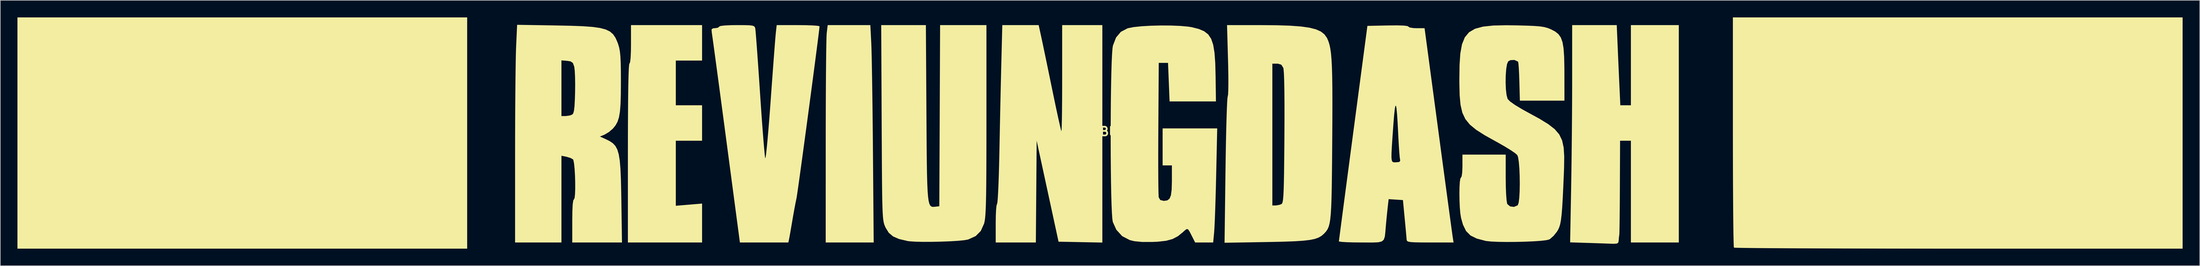
<source format=kicad_pcb>
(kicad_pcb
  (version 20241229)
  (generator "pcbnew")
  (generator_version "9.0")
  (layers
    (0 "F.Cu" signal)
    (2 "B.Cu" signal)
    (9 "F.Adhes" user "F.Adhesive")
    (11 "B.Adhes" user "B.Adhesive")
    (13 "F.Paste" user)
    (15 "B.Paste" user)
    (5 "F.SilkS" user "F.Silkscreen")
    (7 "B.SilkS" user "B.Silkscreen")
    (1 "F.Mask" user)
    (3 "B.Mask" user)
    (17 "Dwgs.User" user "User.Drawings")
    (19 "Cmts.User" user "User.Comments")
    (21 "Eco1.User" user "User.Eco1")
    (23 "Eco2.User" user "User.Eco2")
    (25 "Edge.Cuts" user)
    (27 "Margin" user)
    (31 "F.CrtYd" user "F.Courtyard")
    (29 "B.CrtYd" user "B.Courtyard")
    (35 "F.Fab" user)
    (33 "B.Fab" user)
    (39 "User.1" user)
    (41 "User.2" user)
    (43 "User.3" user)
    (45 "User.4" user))
  (footprint "Logo_Black"
    (layer "F.Cu")
    (at 189.149 19.996)
    (property "Reference" "Logo_Black" (at 0 0 0) (layer "F.SilkS") (effects (font (size 1.524 1.524) (thickness 0.3))))
    (attr board_only exclude_from_pos_files exclude_from_bom)
    (fp_poly (pts (xy -110.517 20.536) (xy -189.149 20.536) (xy -189.149 -19.996) (xy -110.517 -19.996)) (stroke (width 0) (type solid)) (fill yes) (layer "F.SilkS"))
    (fp_poly (pts (xy -39.861 -15.47) (xy -39.828 -14.608) (xy -39.793 -13.266) (xy -39.757 -11.505) (xy -39.72 -9.386) (xy -39.684 -6.969) (xy -39.648 -4.314) (xy -39.616 -1.483) (xy -39.586 1.464) (xy -39.568 3.58) (xy -39.439 19.455) (xy -47.828 19.455) (xy -47.825 1.824) (xy -47.822 -1.257) (xy -47.814 -4.209) (xy -47.802 -6.985) (xy -47.786 -9.533) (xy -47.766 -11.804) (xy -47.744 -13.749) (xy -47.718 -15.317) (xy -47.691 -16.459) (xy -47.662 -17.126) (xy -47.653 -17.226) (xy -47.482 -18.645) (xy -40.024 -18.645)) (stroke (width 0) (type solid)) (fill yes) (layer "F.SilkS"))
    (fp_poly (pts (xy -69.445 -12.43) (xy -74.038 -12.43) (xy -74.038 -4.594) (xy -69.445 -4.594) (xy -69.445 1.621) (xy -74.038 1.621) (xy -74.038 13.019) (xy -71.741 12.827) (xy -69.445 12.636) (xy -69.445 19.455) (xy -82.415 19.455) (xy -82.415 3.783) (xy -82.41 0.051) (xy -82.396 -3.188) (xy -82.374 -5.927) (xy -82.342 -8.158) (xy -82.301 -9.876) (xy -82.252 -11.071) (xy -82.194 -11.739) (xy -82.145 -11.889) (xy -82.028 -12.15) (xy -81.941 -12.891) (xy -81.888 -14.055) (xy -81.874 -15.267) (xy -81.874 -18.645) (xy -69.445 -18.645)) (stroke (width 0) (type solid)) (fill yes) (layer "F.SilkS"))
    (fp_poly (pts (xy 189.419 20.536) (xy 150.283 20.536) (xy 145.727 20.535) (xy 141.318 20.531) (xy 137.088 20.526) (xy 133.066 20.518) (xy 129.283 20.508) (xy 125.769 20.496) (xy 122.554 20.483) (xy 119.668 20.468) (xy 117.142 20.452) (xy 115.007 20.435) (xy 113.291 20.416) (xy 112.025 20.397) (xy 111.241 20.376) (xy 110.967 20.356) (xy 110.938 20.063) (xy 110.911 19.272) (xy 110.885 18.026) (xy 110.861 16.367) (xy 110.84 14.337) (xy 110.822 11.979) (xy 110.807 9.335) (xy 110.797 6.448) (xy 110.79 3.361) (xy 110.787 0.115) (xy 110.787 -19.996) (xy 189.419 -19.996)) (stroke (width 0) (type solid)) (fill yes) (layer "F.SilkS"))
    (fp_poly (pts (xy 90.633 -15.064) (xy 90.71 -13.282) (xy 90.799 -11.271) (xy 90.887 -9.31) (xy 90.946 -8.039) (xy 91.106 -4.594) (xy 92.953 -4.594) (xy 92.953 -18.645) (xy 101.33 -18.645) (xy 101.33 19.455) (xy 92.953 19.455) (xy 92.953 1.621) (xy 91.062 1.621) (xy 91.028 9.728) (xy 91.017 11.774) (xy 91.003 13.649) (xy 90.987 15.283) (xy 90.969 16.607) (xy 90.951 17.552) (xy 90.933 18.049) (xy 90.927 18.104) (xy 90.861 18.567) (xy 90.825 19.05) (xy 90.766 19.442) (xy 90.548 19.634) (xy 90.033 19.686) (xy 89.373 19.669) (xy 88.474 19.635) (xy 87.236 19.592) (xy 85.861 19.546) (xy 85.142 19.524) (xy 82.329 19.435) (xy 82.506 9.92) (xy 82.552 7.1) (xy 82.594 3.916) (xy 82.63 0.547) (xy 82.658 -2.831) (xy 82.677 -6.038) (xy 82.684 -8.899) (xy 82.684 -9.12) (xy 82.685 -18.645) (xy 90.479 -18.645)) (stroke (width 0) (type solid)) (fill yes) (layer "F.SilkS"))
    (fp_poly (pts (xy -10.164 -16.686) (xy -9.994 -15.889) (xy -9.735 -14.657) (xy -9.407 -13.084) (xy -9.03 -11.264) (xy -8.623 -9.291) (xy -8.246 -7.454) (xy -7.851 -5.544) (xy -7.486 -3.813) (xy -7.165 -2.328) (xy -6.904 -1.16) (xy -6.719 -0.377) (xy -6.624 -0.05) (xy -6.621 -0.045) (xy -6.589 -0.273) (xy -6.56 -0.981) (xy -6.534 -2.108) (xy -6.513 -3.595) (xy -6.498 -5.382) (xy -6.488 -7.408) (xy -6.485 -9.277) (xy -6.485 -18.645) (xy 0.54 -18.645) (xy 0.54 19.47) (xy -7.117 19.32) (xy -10.944 1.615) (xy -11.086 19.455) (xy -18.104 19.455) (xy -18.104 16.078) (xy -18.087 14.798) (xy -18.039 13.741) (xy -17.967 13.009) (xy -17.879 12.703) (xy -17.869 12.7) (xy -17.809 12.44) (xy -17.744 11.702) (xy -17.677 10.548) (xy -17.612 9.041) (xy -17.551 7.242) (xy -17.496 5.215) (xy -17.461 3.58) (xy -17.411 1.012) (xy -17.355 -1.736) (xy -17.295 -4.526) (xy -17.236 -7.218) (xy -17.179 -9.673) (xy -17.129 -11.754) (xy -17.12 -12.092) (xy -16.952 -18.645) (xy -10.593 -18.645)) (stroke (width 0) (type solid)) (fill yes) (layer "F.SilkS"))
    (fp_poly (pts (xy -30.219 -3.31) (xy -30.197 0.102) (xy -30.176 3.012) (xy -30.15 5.461) (xy -30.116 7.487) (xy -30.072 9.131) (xy -30.012 10.431) (xy -29.934 11.426) (xy -29.834 12.156) (xy -29.707 12.661) (xy -29.552 12.979) (xy -29.363 13.15) (xy -29.137 13.213) (xy -28.872 13.208) (xy -28.692 13.189) (xy -27.967 13.105) (xy -27.897 -2.77) (xy -27.828 -18.645) (xy -19.726 -18.645) (xy -19.726 -1.941) (xy -19.727 1.57) (xy -19.733 4.582) (xy -19.743 7.137) (xy -19.759 9.275) (xy -19.782 11.038) (xy -19.813 12.468) (xy -19.852 13.605) (xy -19.9 14.492) (xy -19.959 15.17) (xy -20.03 15.68) (xy -20.113 16.064) (xy -20.137 16.149) (xy -20.715 17.438) (xy -21.607 18.334) (xy -22.905 18.926) (xy -22.932 18.934) (xy -23.616 19.058) (xy -24.718 19.164) (xy -26.112 19.249) (xy -27.677 19.31) (xy -29.289 19.343) (xy -30.824 19.347) (xy -32.158 19.316) (xy -33.17 19.249) (xy -33.506 19.202) (xy -34.994 18.851) (xy -36.055 18.391) (xy -36.804 17.752) (xy -37.352 16.865) (xy -37.368 16.83) (xy -37.489 16.56) (xy -37.592 16.285) (xy -37.68 15.963) (xy -37.754 15.551) (xy -37.815 15.008) (xy -37.864 14.29) (xy -37.905 13.357) (xy -37.937 12.165) (xy -37.963 10.673) (xy -37.984 8.838) (xy -38.001 6.618) (xy -38.017 3.97) (xy -38.033 0.853) (xy -38.044 -1.554) (xy -38.123 -18.645) (xy -30.313 -18.645)) (stroke (width 0) (type solid)) (fill yes) (layer "F.SilkS"))
    (fp_poly (pts (xy 28.262 -18.643) (xy 31.066 -18.619) (xy 33.382 -18.543) (xy 35.259 -18.405) (xy 36.746 -18.194) (xy 37.894 -17.9) (xy 38.753 -17.513) (xy 39.371 -17.024) (xy 39.8 -16.422) (xy 39.862 -16.297) (xy 40.074 -15.793) (xy 40.253 -15.215) (xy 40.4 -14.518) (xy 40.52 -13.656) (xy 40.612 -12.583) (xy 40.681 -11.254) (xy 40.728 -9.623) (xy 40.755 -7.645) (xy 40.764 -5.274) (xy 40.759 -2.463) (xy 40.74 0.831) (xy 40.734 1.656) (xy 40.709 4.878) (xy 40.682 7.606) (xy 40.65 9.885) (xy 40.608 11.762) (xy 40.552 13.282) (xy 40.477 14.491) (xy 40.381 15.435) (xy 40.258 16.16) (xy 40.104 16.713) (xy 39.916 17.138) (xy 39.688 17.482) (xy 39.418 17.79) (xy 39.262 17.95) (xy 38.842 18.311) (xy 38.34 18.601) (xy 37.693 18.831) (xy 36.838 19.007) (xy 35.715 19.14) (xy 34.261 19.238) (xy 32.413 19.31) (xy 30.111 19.364) (xy 29.126 19.381) (xy 21.908 19.501) (xy 21.992 12.97) (xy 30.264 12.97) (xy 30.872 12.966) (xy 31.55 12.851) (xy 31.885 12.706) (xy 31.986 12.581) (xy 32.07 12.314) (xy 32.14 11.858) (xy 32.197 11.166) (xy 32.243 10.191) (xy 32.28 8.887) (xy 32.311 7.207) (xy 32.337 5.104) (xy 32.36 2.531) (xy 32.371 1.009) (xy 32.387 -2.143) (xy 32.385 -4.855) (xy 32.368 -7.112) (xy 32.334 -8.893) (xy 32.284 -10.18) (xy 32.219 -10.957) (xy 32.175 -11.161) (xy 31.828 -11.709) (xy 31.236 -11.886) (xy 31.081 -11.889) (xy 30.264 -11.889) (xy 30.264 12.97) (xy 21.992 12.97) (xy 22.073 6.711) (xy 22.111 4.136) (xy 22.155 1.73) (xy 22.204 -0.452) (xy 22.257 -2.359) (xy 22.31 -3.938) (xy 22.364 -5.134) (xy 22.416 -5.895) (xy 22.464 -6.169) (xy 22.522 -6.452) (xy 22.558 -7.199) (xy 22.574 -8.332) (xy 22.569 -9.774) (xy 22.541 -11.448) (xy 22.516 -12.451) (xy 22.341 -18.645)) (stroke (width 0) (type solid)) (fill yes) (layer "F.SilkS"))
    (fp_poly (pts (xy 12.553 -18.57) (xy 14.191 -18.503) (xy 15.56 -18.378) (xy 16.213 -18.271) (xy 17.4 -17.968) (xy 18.334 -17.572) (xy 19.045 -17.019) (xy 19.565 -16.246) (xy 19.924 -15.188) (xy 20.153 -13.783) (xy 20.282 -11.967) (xy 20.341 -9.675) (xy 20.341 -9.671) (xy 20.401 -5.269) (xy 12.295 -5.269) (xy 12.16 -8.647) (xy 12.024 -12.024) (xy 10.403 -12.024) (xy 10.328 -0.54) (xy 10.316 1.92) (xy 10.31 4.228) (xy 10.312 6.325) (xy 10.321 8.15) (xy 10.336 9.645) (xy 10.358 10.751) (xy 10.384 11.407) (xy 10.401 11.552) (xy 10.667 12.013) (xy 11.256 12.158) (xy 11.345 12.16) (xy 11.902 12.076) (xy 12.288 11.775) (xy 12.53 11.179) (xy 12.658 10.21) (xy 12.699 8.793) (xy 12.7 8.529) (xy 12.7 5.945) (xy 11.079 5.945) (xy 11.079 -0.54) (xy 20.623 -0.54) (xy 20.442 7.634) (xy 20.391 9.784) (xy 20.332 11.848) (xy 20.271 13.739) (xy 20.21 15.37) (xy 20.152 16.655) (xy 20.1 17.506) (xy 20.09 17.631) (xy 19.918 19.455) (xy 16.764 19.455) (xy 16.185 18.307) (xy 15.776 17.509) (xy 15.504 17.131) (xy 15.244 17.117) (xy 14.876 17.414) (xy 14.656 17.62) (xy 13.759 18.351) (xy 12.822 18.847) (xy 11.704 19.155) (xy 10.265 19.319) (xy 9.322 19.363) (xy 7.522 19.366) (xy 6.154 19.235) (xy 5.359 19.046) (xy 4.005 18.344) (xy 2.987 17.226) (xy 2.371 15.863) (xy 2.286 15.305) (xy 2.212 14.27) (xy 2.149 12.823) (xy 2.097 11.026) (xy 2.056 8.944) (xy 2.026 6.641) (xy 2.006 4.18) (xy 1.998 1.624) (xy 2 -0.962) (xy 2.013 -3.515) (xy 2.036 -5.97) (xy 2.071 -8.265) (xy 2.116 -10.335) (xy 2.171 -12.117) (xy 2.238 -13.547) (xy 2.314 -14.562) (xy 2.388 -15.05) (xy 2.941 -16.476) (xy 3.777 -17.467) (xy 4.939 -18.075) (xy 5.033 -18.105) (xy 5.999 -18.297) (xy 7.369 -18.442) (xy 9.007 -18.537) (xy 10.78 -18.58)) (stroke (width 0) (type solid)) (fill yes) (layer "F.SilkS"))
    (fp_poly (pts (xy -51.302 -18.631) (xy -50.167 -18.592) (xy -49.346 -18.534) (xy -48.937 -18.462) (xy -48.909 -18.436) (xy -48.944 -18.064) (xy -49.044 -17.217) (xy -49.202 -15.955) (xy -49.409 -14.338) (xy -49.657 -12.427) (xy -49.938 -10.282) (xy -50.244 -7.963) (xy -50.567 -5.531) (xy -50.898 -3.045) (xy -51.231 -0.566) (xy -51.556 1.845) (xy -51.866 4.128) (xy -52.152 6.224) (xy -52.408 8.072) (xy -52.623 9.611) (xy -52.791 10.782) (xy -52.903 11.523) (xy -52.945 11.754) (xy -53.104 12.509) (xy -53.312 13.608) (xy -53.536 14.862) (xy -53.627 15.402) (xy -53.832 16.609) (xy -54.019 17.689) (xy -54.162 18.481) (xy -54.206 18.712) (xy -54.356 19.455) (xy -62.833 19.455) (xy -65.222 1.419) (xy -65.63 -1.661) (xy -66.021 -4.596) (xy -66.387 -7.341) (xy -66.723 -9.85) (xy -67.023 -12.076) (xy -67.279 -13.974) (xy -67.487 -15.497) (xy -67.639 -16.599) (xy -67.73 -17.234) (xy -67.751 -17.361) (xy -67.788 -17.895) (xy -67.526 -18.085) (xy -67.182 -18.104) (xy -66.658 -18.193) (xy -66.472 -18.374) (xy -66.213 -18.495) (xy -65.48 -18.583) (xy -64.338 -18.634) (xy -63.37 -18.645) (xy -62.036 -18.64) (xy -61.147 -18.613) (xy -60.607 -18.547) (xy -60.32 -18.422) (xy -60.189 -18.222) (xy -60.142 -18.037) (xy -60.098 -17.64) (xy -60.023 -16.765) (xy -59.922 -15.474) (xy -59.801 -13.828) (xy -59.663 -11.888) (xy -59.512 -9.715) (xy -59.355 -7.372) (xy -59.305 -6.62) (xy -59.144 -4.241) (xy -58.987 -2.018) (xy -58.837 -0.012) (xy -58.701 1.716) (xy -58.582 3.106) (xy -58.485 4.097) (xy -58.416 4.629) (xy -58.401 4.692) (xy -58.341 4.545) (xy -58.249 3.913) (xy -58.132 2.851) (xy -57.995 1.412) (xy -57.842 -0.35) (xy -57.679 -2.38) (xy -57.51 -4.624) (xy -57.461 -5.306) (xy -57.289 -7.696) (xy -57.123 -9.97) (xy -56.968 -12.057) (xy -56.829 -13.89) (xy -56.712 -15.399) (xy -56.621 -16.517) (xy -56.562 -17.174) (xy -56.556 -17.226) (xy -56.4 -18.645) (xy -52.654 -18.645)) (stroke (width 0) (type solid)) (fill yes) (layer "F.SilkS"))
    (fp_poly (pts (xy 53.244 -18.562) (xy 53.895 -18.477) (xy 54.043 -18.382) (xy 54.287 -18.225) (xy 54.921 -18.124) (xy 55.461 -18.104) (xy 56.88 -18.103) (xy 59.275 -0.202) (xy 59.686 2.87) (xy 60.079 5.801) (xy 60.448 8.545) (xy 60.786 11.055) (xy 61.086 13.284) (xy 61.343 15.185) (xy 61.551 16.712) (xy 61.702 17.818) (xy 61.791 18.456) (xy 61.809 18.577) (xy 61.949 19.455) (xy 57.861 19.455) (xy 56.287 19.45) (xy 55.174 19.429) (xy 54.442 19.382) (xy 54.014 19.3) (xy 53.808 19.175) (xy 53.746 18.997) (xy 53.745 18.982) (xy 53.71 18.538) (xy 53.633 17.68) (xy 53.527 16.534) (xy 53.407 15.267) (xy 53.097 12.024) (xy 51.846 11.943) (xy 50.595 11.862) (xy 50.433 13.295) (xy 50.316 14.386) (xy 50.189 15.671) (xy 50.114 16.483) (xy 50.022 17.626) (xy 49.928 18.434) (xy 49.748 18.963) (xy 49.397 19.273) (xy 48.793 19.42) (xy 47.85 19.462) (xy 46.486 19.457) (xy 45.796 19.455) (xy 44.413 19.442) (xy 43.247 19.406) (xy 42.392 19.352) (xy 41.943 19.284) (xy 41.898 19.253) (xy 41.935 18.958) (xy 42.037 18.17) (xy 42.199 16.934) (xy 42.414 15.293) (xy 42.678 13.289) (xy 42.984 10.967) (xy 43.327 8.37) (xy 43.701 5.541) (xy 43.832 4.547) (xy 51.091 4.547) (xy 51.138 5.022) (xy 51.244 5.281) (xy 51.415 5.388) (xy 51.656 5.408) (xy 51.899 5.404) (xy 52.47 5.342) (xy 52.625 5.104) (xy 52.593 4.931) (xy 52.532 4.501) (xy 52.458 3.642) (xy 52.378 2.464) (xy 52.3 1.078) (xy 52.274 0.54) (xy 52.168 -1.524) (xy 52.068 -3.053) (xy 51.971 -4.05) (xy 51.873 -4.52) (xy 51.773 -4.467) (xy 51.666 -3.896) (xy 51.551 -2.811) (xy 51.424 -1.215) (xy 51.396 -0.811) (xy 51.256 1.176) (xy 51.156 2.688) (xy 51.099 3.79) (xy 51.091 4.547) (xy 43.832 4.547) (xy 44.1 2.525) (xy 44.398 0.27) (xy 46.884 -18.51) (xy 50.463 -18.585) (xy 52.093 -18.599)) (stroke (width 0) (type solid)) (fill yes) (layer "F.SilkS"))
    (fp_poly (pts (xy -94.869 -18.581) (xy -92.303 -18.527) (xy -90.22 -18.447) (xy -88.56 -18.323) (xy -87.267 -18.138) (xy -86.281 -17.874) (xy -85.544 -17.513) (xy -84.999 -17.037) (xy -84.587 -16.43) (xy -84.251 -15.672) (xy -84.117 -15.303) (xy -83.942 -14.711) (xy -83.814 -14.028) (xy -83.725 -13.164) (xy -83.671 -12.029) (xy -83.643 -10.531) (xy -83.635 -8.647) (xy -83.65 -6.497) (xy -83.701 -4.809) (xy -83.804 -3.504) (xy -83.971 -2.504) (xy -84.216 -1.731) (xy -84.552 -1.105) (xy -84.993 -0.55) (xy -85.046 -0.493) (xy -85.746 0.108) (xy -86.497 0.552) (xy -86.512 0.559) (xy -87.303 0.886) (xy -86.278 1.351) (xy -85.592 1.691) (xy -85.038 2.068) (xy -84.6 2.539) (xy -84.264 3.165) (xy -84.015 4.004) (xy -83.836 5.115) (xy -83.715 6.558) (xy -83.635 8.392) (xy -83.581 10.675) (xy -83.558 12.092) (xy -83.451 19.455) (xy -92.143 19.455) (xy -92.143 15.672) (xy -92.124 13.96) (xy -92.066 12.77) (xy -91.969 12.086) (xy -91.845 11.889) (xy -91.731 11.64) (xy -91.66 10.975) (xy -91.627 10.014) (xy -91.63 8.879) (xy -91.665 7.694) (xy -91.731 6.578) (xy -91.823 5.654) (xy -91.939 5.045) (xy -92.016 4.882) (xy -92.462 4.637) (xy -93.151 4.432) (xy -93.164 4.43) (xy -94.034 4.256) (xy -94.034 19.455) (xy -102.14 19.455) (xy -102.139 4.256) (xy -102.136 1.294) (xy -102.127 -1.62) (xy -102.112 -4.421) (xy -102.092 -7.042) (xy -102.068 -9.418) (xy -102.04 -11.483) (xy -102.023 -12.462) (xy -94.034 -12.462) (xy -94.034 -2.702) (xy -93.291 -2.706) (xy -92.582 -2.8) (xy -92.143 -2.966) (xy -91.968 -3.189) (xy -91.84 -3.655) (xy -91.749 -4.444) (xy -91.686 -5.635) (xy -91.65 -6.832) (xy -91.634 -8.263) (xy -91.655 -9.578) (xy -91.708 -10.642) (xy -91.789 -11.318) (xy -91.8 -11.369) (xy -92.03 -11.997) (xy -92.414 -12.281) (xy -93.036 -12.379) (xy -94.034 -12.462) (xy -102.023 -12.462) (xy -102.01 -13.17) (xy -101.977 -14.413) (xy -101.961 -14.82) (xy -101.784 -18.697)) (stroke (width 0) (type solid)) (fill yes) (layer "F.SilkS"))
    (fp_poly (pts (xy 73.059 -18.596) (xy 74.809 -18.55) (xy 76.12 -18.493) (xy 77.089 -18.414) (xy 77.816 -18.299) (xy 78.402 -18.139) (xy 78.946 -17.92) (xy 78.978 -17.906) (xy 79.719 -17.517) (xy 80.287 -17.061) (xy 80.705 -16.466) (xy 80.996 -15.659) (xy 81.181 -14.565) (xy 81.282 -13.112) (xy 81.323 -11.226) (xy 81.328 -10.201) (xy 81.334 -5.404) (xy 73.542 -5.404) (xy 73.452 -8.76) (xy 73.408 -10.049) (xy 73.352 -11.13) (xy 73.291 -11.894) (xy 73.232 -12.234) (xy 73.228 -12.239) (xy 72.59 -12.536) (xy 71.879 -12.502) (xy 71.5 -12.285) (xy 71.297 -11.808) (xy 71.153 -10.938) (xy 71.07 -9.819) (xy 71.051 -8.594) (xy 71.097 -7.408) (xy 71.211 -6.406) (xy 71.393 -5.73) (xy 71.408 -5.7) (xy 71.821 -5.266) (xy 72.689 -4.649) (xy 73.967 -3.878) (xy 75.074 -3.269) (xy 77.015 -2.205) (xy 78.518 -1.28) (xy 79.636 -0.406) (xy 80.421 0.509) (xy 80.925 1.555) (xy 81.2 2.822) (xy 81.297 4.4) (xy 81.269 6.379) (xy 81.23 7.412) (xy 81.125 9.868) (xy 81.029 11.846) (xy 80.935 13.41) (xy 80.836 14.622) (xy 80.724 15.545) (xy 80.591 16.242) (xy 80.431 16.775) (xy 80.236 17.207) (xy 80.033 17.548) (xy 79.46 18.272) (xy 78.842 18.822) (xy 78.654 18.933) (xy 78.119 19.06) (xy 77.155 19.168) (xy 75.872 19.255) (xy 74.381 19.319) (xy 72.793 19.357) (xy 71.218 19.367) (xy 69.767 19.346) (xy 68.55 19.291) (xy 67.679 19.201) (xy 67.553 19.178) (xy 66.01 18.771) (xy 64.903 18.224) (xy 64.131 17.443) (xy 63.589 16.329) (xy 63.25 15.121) (xy 63.128 14.341) (xy 63.04 13.298) (xy 62.987 12.108) (xy 62.969 10.891) (xy 62.988 9.765) (xy 63.042 8.849) (xy 63.133 8.261) (xy 63.23 8.106) (xy 63.366 7.855) (xy 63.461 7.174) (xy 63.5 6.175) (xy 63.5 6.08) (xy 63.5 4.053) (xy 71.066 4.053) (xy 71.066 8.124) (xy 71.084 9.636) (xy 71.135 10.957) (xy 71.211 11.982) (xy 71.307 12.609) (xy 71.346 12.718) (xy 71.833 13.133) (xy 72.515 13.22) (xy 73.138 12.95) (xy 73.174 12.916) (xy 73.326 12.492) (xy 73.434 11.65) (xy 73.5 10.509) (xy 73.525 9.188) (xy 73.508 7.809) (xy 73.453 6.491) (xy 73.359 5.353) (xy 73.229 4.516) (xy 73.092 4.135) (xy 72.714 3.8) (xy 71.955 3.28) (xy 70.915 2.638) (xy 69.692 1.937) (xy 69.279 1.71) (xy 67.381 0.649) (xy 65.905 -0.292) (xy 64.798 -1.203) (xy 64.008 -2.175) (xy 63.481 -3.298) (xy 63.166 -4.662) (xy 63.011 -6.359) (xy 62.961 -8.478) (xy 62.96 -9.18) (xy 62.994 -11.663) (xy 63.131 -13.679) (xy 63.421 -15.275) (xy 63.912 -16.496) (xy 64.655 -17.391) (xy 65.701 -18.004) (xy 67.098 -18.382) (xy 68.896 -18.573) (xy 71.146 -18.622)) (stroke (width 0) (type solid)) (fill yes) (layer "F.SilkS")))
  (gr_rect
    (start -3 -3)
    (end 381.568 43.532)
    (stroke (width 0.1) (type default))
    (fill no)
    (layer "Edge.Cuts")))
</source>
